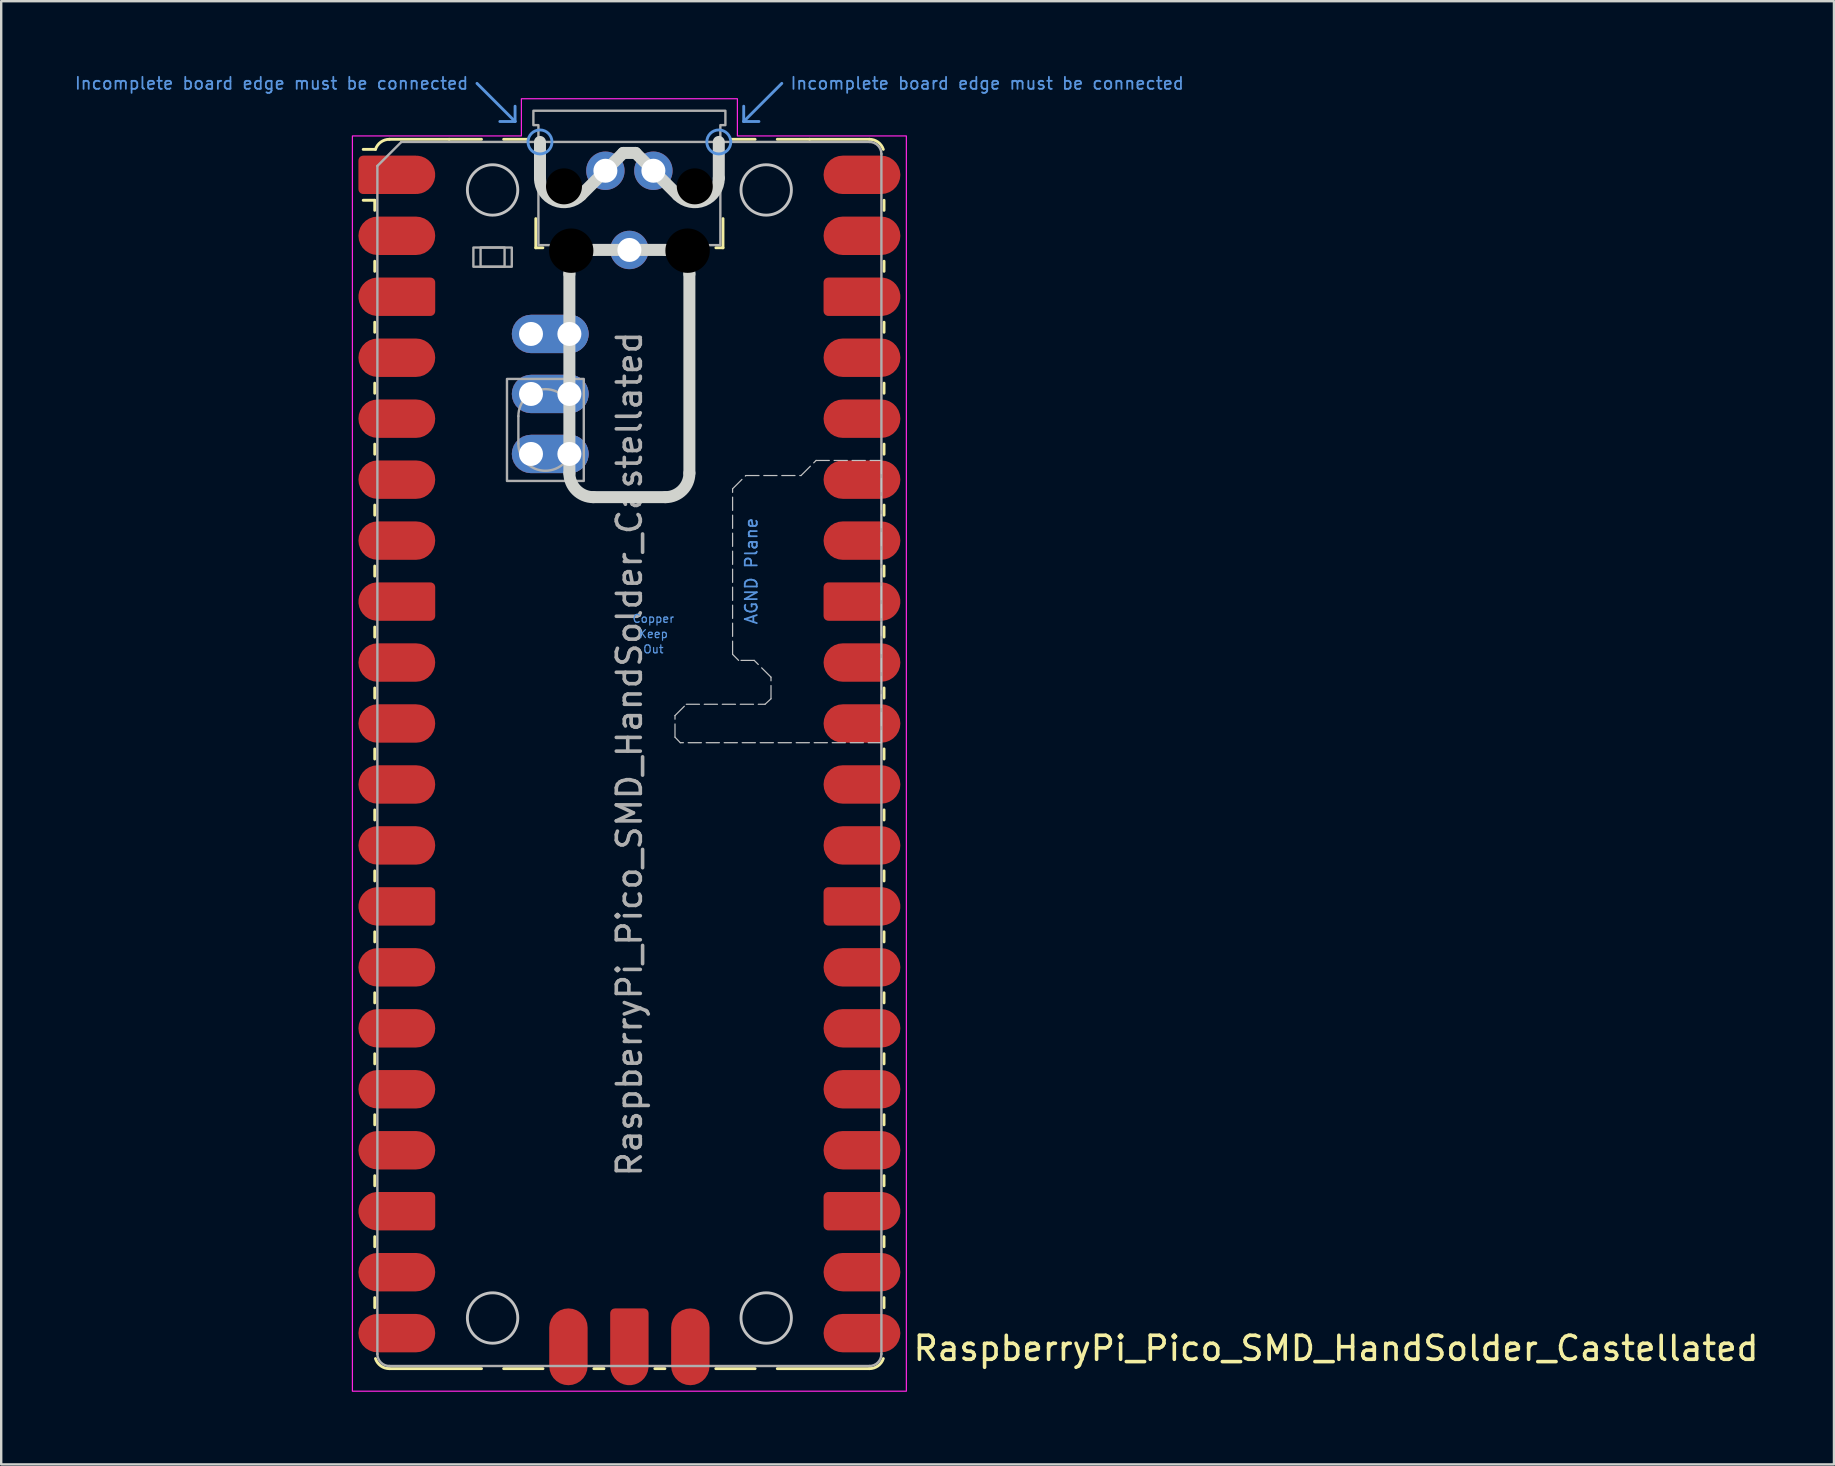
<source format=kicad_pcb>
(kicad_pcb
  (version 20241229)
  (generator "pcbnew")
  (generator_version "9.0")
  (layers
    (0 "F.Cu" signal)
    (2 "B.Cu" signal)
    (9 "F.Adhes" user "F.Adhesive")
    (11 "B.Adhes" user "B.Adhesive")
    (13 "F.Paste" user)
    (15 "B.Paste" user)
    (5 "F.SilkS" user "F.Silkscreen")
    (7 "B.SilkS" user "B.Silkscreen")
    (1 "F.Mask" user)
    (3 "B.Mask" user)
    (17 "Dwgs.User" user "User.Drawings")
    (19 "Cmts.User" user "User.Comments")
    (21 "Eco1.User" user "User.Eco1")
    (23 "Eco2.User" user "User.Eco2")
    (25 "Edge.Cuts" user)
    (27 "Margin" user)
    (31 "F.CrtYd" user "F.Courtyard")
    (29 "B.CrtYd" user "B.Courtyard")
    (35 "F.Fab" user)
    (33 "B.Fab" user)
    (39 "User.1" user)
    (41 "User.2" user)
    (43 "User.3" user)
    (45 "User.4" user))
  (footprint "RaspberryPi_Pico_SMD_HandSolder_Castellated"
    (layer "F.Cu")
    (at 23.173 28.364)
    (property "Reference" "RaspberryPi_Pico_SMD_HandSolder_Castellated" (at 11.748 24.765 0) (unlocked yes) (layer "F.SilkS") (effects (font (size 1 1) (thickness 0.15)) (justify left)))
    (attr smd)
    (fp_line (start -10.61 -23.07) (end -11.09 -23.07) (stroke (width 0.12) (type solid)) (layer "F.SilkS"))
    (fp_line (start -10.61 -23.07) (end -10.61 -22.65) (stroke (width 0.12) (type solid)) (layer "F.SilkS"))
    (fp_line (start -10.61 -20.53) (end -10.61 -20.11) (stroke (width 0.12) (type solid)) (layer "F.SilkS"))
    (fp_line (start -10.61 -17.99) (end -10.61 -17.57) (stroke (width 0.12) (type solid)) (layer "F.SilkS"))
    (fp_line (start -10.61 -15.45) (end -10.61 -15.03) (stroke (width 0.12) (type solid)) (layer "F.SilkS"))
    (fp_line (start -10.61 -12.91) (end -10.61 -12.49) (stroke (width 0.12) (type solid)) (layer "F.SilkS"))
    (fp_line (start -10.61 -10.37) (end -10.61 -9.95) (stroke (width 0.12) (type solid)) (layer "F.SilkS"))
    (fp_line (start -10.61 -7.83) (end -10.61 -7.41) (stroke (width 0.12) (type solid)) (layer "F.SilkS"))
    (fp_line (start -10.61 -5.29) (end -10.61 -4.87) (stroke (width 0.12) (type solid)) (layer "F.SilkS"))
    (fp_line (start -10.61 -2.75) (end -10.61 -2.33) (stroke (width 0.12) (type solid)) (layer "F.SilkS"))
    (fp_line (start -10.61 -0.21) (end -10.61 0.21) (stroke (width 0.12) (type solid)) (layer "F.SilkS"))
    (fp_line (start -10.61 2.33) (end -10.61 2.75) (stroke (width 0.12) (type solid)) (layer "F.SilkS"))
    (fp_line (start -10.61 4.87) (end -10.61 5.29) (stroke (width 0.12) (type solid)) (layer "F.SilkS"))
    (fp_line (start -10.61 7.41) (end -10.61 7.83) (stroke (width 0.12) (type solid)) (layer "F.SilkS"))
    (fp_line (start -10.61 9.95) (end -10.61 10.37) (stroke (width 0.12) (type solid)) (layer "F.SilkS"))
    (fp_line (start -10.61 12.49) (end -10.61 12.91) (stroke (width 0.12) (type solid)) (layer "F.SilkS"))
    (fp_line (start -10.61 15.03) (end -10.61 15.45) (stroke (width 0.12) (type solid)) (layer "F.SilkS"))
    (fp_line (start -10.61 17.57) (end -10.61 17.99) (stroke (width 0.12) (type solid)) (layer "F.SilkS"))
    (fp_line (start -10.61 20.11) (end -10.61 20.53) (stroke (width 0.12) (type solid)) (layer "F.SilkS"))
    (fp_line (start -10.61 22.65) (end -10.61 23.07) (stroke (width 0.12) (type solid)) (layer "F.SilkS"))
    (fp_line (start -10.58 -25.19) (end -11.09 -25.19) (stroke (width 0.12) (type solid)) (layer "F.SilkS"))
    (fp_line (start -10 -25.61) (end -7.51 -25.61) (stroke (width 0.12) (type solid)) (layer "F.SilkS"))
    (fp_line (start -10 25.61) (end -6.162 25.61) (stroke (width 0.12) (type solid)) (layer "F.SilkS"))
    (fp_line (start -7.51 -25.61) (end -6.162 -25.61) (stroke (width 0.12) (type solid)) (layer "F.SilkS"))
    (fp_line (start -5.238 -25.61) (end -4.235 -25.61) (stroke (width 0.12) (type solid)) (layer "F.SilkS"))
    (fp_line (start -3.9 -22.306) (end -3.9 -21.09) (stroke (width 0.12) (type solid)) (layer "F.SilkS"))
    (fp_line (start -3.9 -21.09) (end -3.604 -21.09) (stroke (width 0.12) (type solid)) (layer "F.SilkS"))
    (fp_line (start -3.6 25.61) (end -5.238 25.61) (stroke (width 0.12) (type solid)) (layer "F.SilkS"))
    (fp_line (start -1.48 25.61) (end -1.06 25.61) (stroke (width 0.12) (type solid)) (layer "F.SilkS"))
    (fp_line (start 1.06 25.61) (end 1.48 25.61) (stroke (width 0.12) (type solid)) (layer "F.SilkS"))
    (fp_line (start 3.604 -21.09) (end 3.9 -21.09) (stroke (width 0.12) (type solid)) (layer "F.SilkS"))
    (fp_line (start 3.9 -22.306) (end 3.9 -21.09) (stroke (width 0.12) (type solid)) (layer "F.SilkS"))
    (fp_line (start 4.235 -25.61) (end 5.238 -25.61) (stroke (width 0.12) (type solid)) (layer "F.SilkS"))
    (fp_line (start 5.238 25.61) (end 3.6 25.61) (stroke (width 0.12) (type solid)) (layer "F.SilkS"))
    (fp_line (start 6.162 -25.61) (end 7.51 -25.61) (stroke (width 0.12) (type solid)) (layer "F.SilkS"))
    (fp_line (start 6.162 25.61) (end 10 25.61) (stroke (width 0.12) (type solid)) (layer "F.SilkS"))
    (fp_line (start 10 -25.61) (end 7.51 -25.61) (stroke (width 0.12) (type solid)) (layer "F.SilkS"))
    (fp_line (start 10.61 -23.07) (end 10.61 -22.65) (stroke (width 0.12) (type solid)) (layer "F.SilkS"))
    (fp_line (start 10.61 -20.53) (end 10.61 -20.11) (stroke (width 0.12) (type solid)) (layer "F.SilkS"))
    (fp_line (start 10.61 -17.99) (end 10.61 -17.57) (stroke (width 0.12) (type solid)) (layer "F.SilkS"))
    (fp_line (start 10.61 -15.45) (end 10.61 -15.03) (stroke (width 0.12) (type solid)) (layer "F.SilkS"))
    (fp_line (start 10.61 -12.91) (end 10.61 -12.49) (stroke (width 0.12) (type solid)) (layer "F.SilkS"))
    (fp_line (start 10.61 -10.37) (end 10.61 -9.95) (stroke (width 0.12) (type solid)) (layer "F.SilkS"))
    (fp_line (start 10.61 -7.83) (end 10.61 -7.41) (stroke (width 0.12) (type solid)) (layer "F.SilkS"))
    (fp_line (start 10.61 -5.29) (end 10.61 -4.87) (stroke (width 0.12) (type solid)) (layer "F.SilkS"))
    (fp_line (start 10.61 -2.75) (end 10.61 -2.33) (stroke (width 0.12) (type solid)) (layer "F.SilkS"))
    (fp_line (start 10.61 -0.21) (end 10.61 0.21) (stroke (width 0.12) (type solid)) (layer "F.SilkS"))
    (fp_line (start 10.61 2.33) (end 10.61 2.75) (stroke (width 0.12) (type solid)) (layer "F.SilkS"))
    (fp_line (start 10.61 4.87) (end 10.61 5.29) (stroke (width 0.12) (type solid)) (layer "F.SilkS"))
    (fp_line (start 10.61 7.41) (end 10.61 7.83) (stroke (width 0.12) (type solid)) (layer "F.SilkS"))
    (fp_line (start 10.61 9.95) (end 10.61 10.37) (stroke (width 0.12) (type solid)) (layer "F.SilkS"))
    (fp_line (start 10.61 12.49) (end 10.61 12.91) (stroke (width 0.12) (type solid)) (layer "F.SilkS"))
    (fp_line (start 10.61 15.03) (end 10.61 15.45) (stroke (width 0.12) (type solid)) (layer "F.SilkS"))
    (fp_line (start 10.61 17.57) (end 10.61 17.99) (stroke (width 0.12) (type solid)) (layer "F.SilkS"))
    (fp_line (start 10.61 20.11) (end 10.61 20.53) (stroke (width 0.12) (type solid)) (layer "F.SilkS"))
    (fp_line (start 10.61 22.65) (end 10.61 23.07) (stroke (width 0.12) (type solid)) (layer "F.SilkS"))
    (fp_arc (start -10.579676 -25.19) (mid -10.357938 -25.493944) (end -10 -25.61) (stroke (width 0.12) (type solid)) (layer "F.SilkS"))
    (fp_arc (start -10 25.61) (mid -10.357937 25.493944) (end -10.579676 25.189937) (stroke (width 0.12) (type solid)) (layer "F.SilkS"))
    (fp_arc (start 10 -25.61) (mid 10.357937 -25.493944) (end 10.579676 -25.189937) (stroke (width 0.12) (type solid)) (layer "F.SilkS"))
    (fp_arc (start 10.579676 25.189937) (mid 10.357958 25.493991) (end 10 25.61) (stroke (width 0.12) (type solid)) (layer "F.SilkS"))
    (fp_circle (center -5.7 -23.5) (end -4.65 -23.5) (stroke (width 0.12) (type solid)) (fill no) (layer "Dwgs.User"))
    (fp_circle (center -5.7 23.5) (end -4.65 23.5) (stroke (width 0.12) (type solid)) (fill no) (layer "Dwgs.User"))
    (fp_circle (center 5.7 -23.5) (end 6.75 -23.5) (stroke (width 0.12) (type solid)) (fill no) (layer "Dwgs.User"))
    (fp_circle (center 5.7 23.5) (end 6.75 23.5) (stroke (width 0.12) (type solid)) (fill no) (layer "Dwgs.User"))
    (fp_poly (pts (xy 10.5 -0.47) (xy 2.12 -0.47) (xy 1.9 -0.7) (xy 1.9 -1.6) (xy 2.37 -2.07) (xy 5.65 -2.07) (xy 5.9 -2.3) (xy 5.9 -3.2) (xy 5.2 -3.9) (xy 4.55 -3.9) (xy 4.3 -4.15) (xy 4.3 -11.05) (xy 4.85 -11.6) (xy 7.15 -11.6) (xy 7.78 -12.23) (xy 10.5 -12.23)) (stroke (width 0.05) (type dash)) (fill no) (layer "Dwgs.User"))
    (fp_line (start -6.35 -27.94) (end -4.763 -26.352) (stroke (width 0.12) (type solid)) (layer "Cmts.User"))
    (fp_line (start -4.763 -26.352) (end -5.397 -26.352) (stroke (width 0.12) (type solid)) (layer "Cmts.User"))
    (fp_line (start -4.763 -26.352) (end -4.763 -26.988) (stroke (width 0.12) (type solid)) (layer "Cmts.User"))
    (fp_line (start 4.763 -26.352) (end 4.763 -26.988) (stroke (width 0.12) (type solid)) (layer "Cmts.User"))
    (fp_line (start 4.763 -26.352) (end 5.397 -26.352) (stroke (width 0.12) (type solid)) (layer "Cmts.User"))
    (fp_line (start 6.35 -27.94) (end 4.763 -26.352) (stroke (width 0.12) (type solid)) (layer "Cmts.User"))
    (fp_circle (center -3.725 -25.5) (end -3.225 -25.5) (stroke (width 0.12) (type solid)) (fill no) (layer "Cmts.User"))
    (fp_circle (center 3.725 -25.5) (end 3.225 -25.5) (stroke (width 0.12) (type solid)) (fill no) (layer "Cmts.User"))
    (fp_line (start -3.725 -23.989) (end -3.725 -25.5) (stroke (width 0.5) (type solid)) (layer "Edge.Cuts"))
    (fp_line (start -2.5 -20) (end -2.5 -11.7) (stroke (width 0.5) (type solid)) (layer "Edge.Cuts"))
    (fp_line (start -2.018 -23.282) (end -0.258 -25.042) (stroke (width 0.5) (type solid)) (layer "Edge.Cuts"))
    (fp_line (start 0.258 -25.042) (end -0.258 -25.042) (stroke (width 0.5) (type solid)) (layer "Edge.Cuts"))
    (fp_line (start 1.5 -21) (end -1.5 -21) (stroke (width 0.5) (type solid)) (layer "Edge.Cuts"))
    (fp_line (start 1.5 -10.7) (end -1.5 -10.7) (stroke (width 0.5) (type solid)) (layer "Edge.Cuts"))
    (fp_line (start 2.018 -23.282) (end 0.258 -25.042) (stroke (width 0.5) (type solid)) (layer "Edge.Cuts"))
    (fp_line (start 2.5 -11.7) (end 2.5 -20) (stroke (width 0.5) (type solid)) (layer "Edge.Cuts"))
    (fp_line (start 3.725 -23.989) (end 3.725 -25.5) (stroke (width 0.5) (type solid)) (layer "Edge.Cuts"))
    (fp_arc (start -2.5 -20) (mid -2.207118 -20.707118) (end -1.5 -21) (stroke (width 0.5) (type solid)) (layer "Edge.Cuts"))
    (fp_arc (start -2.017893 -23.282106) (mid -3.107711 -23.065266) (end -3.725 -23.989213) (stroke (width 0.5) (type solid)) (layer "Edge.Cuts"))
    (fp_arc (start -1.5 -10.7) (mid -2.20711 -10.99289) (end -2.5 -11.7) (stroke (width 0.5) (type solid)) (layer "Edge.Cuts"))
    (fp_arc (start 1.5 -21) (mid 2.207107 -20.707107) (end 2.5 -20) (stroke (width 0.5) (type solid)) (layer "Edge.Cuts"))
    (fp_arc (start 2.5 -11.7) (mid 2.207095 -10.992905) (end 1.5 -10.7) (stroke (width 0.5) (type solid)) (layer "Edge.Cuts"))
    (fp_arc (start 3.725 -23.989213) (mid 3.107698 -23.06529) (end 2.017893 -23.282106) (stroke (width 0.5) (type solid)) (layer "Edge.Cuts"))
    (fp_poly (pts (xy -4.5 -27.3) (xy 4.5 -27.3) (xy 4.5 -25.75) (xy 11.54 -25.75) (xy 11.54 26.55) (xy -11.54 26.55) (xy -11.54 -25.75) (xy -4.5 -25.75)) (stroke (width 0.05) (type solid)) (fill no) (layer "F.CrtYd"))
    (fp_line (start -10.5 -24.5) (end -9.5 -25.5) (stroke (width 0.1) (type solid)) (layer "F.Fab"))
    (fp_line (start -10.5 25) (end -10.5 -24.5) (stroke (width 0.1) (type solid)) (layer "F.Fab"))
    (fp_line (start -9.5 -25.5) (end 10 -25.5) (stroke (width 0.1) (type solid)) (layer "F.Fab"))
    (fp_line (start -4.625 -14.075) (end -4.625 -12.925) (stroke (width 0.1) (type solid)) (layer "F.Fab"))
    (fp_line (start -2.375 -14.075) (end -2.375 -12.925) (stroke (width 0.1) (type solid)) (layer "F.Fab"))
    (fp_line (start 10 25.5) (end -10 25.5) (stroke (width 0.1) (type solid)) (layer "F.Fab"))
    (fp_line (start 10.5 -25) (end 10.5 25) (stroke (width 0.1) (type solid)) (layer "F.Fab"))
    (fp_rect (start -6.5 -21.1) (end -4.9 -20.3) (stroke (width 0.1) (type solid)) (fill no) (layer "F.Fab"))
    (fp_rect (start -6.2 -21.1) (end -5.2 -20.3) (stroke (width 0.1) (type solid)) (fill no) (layer "F.Fab"))
    (fp_rect (start -5.1 -15.625) (end -1.9 -11.375) (stroke (width 0.1) (type solid)) (fill no) (layer "F.Fab"))
    (fp_arc (start -10 25.5) (mid -10.353553 25.353553) (end -10.5 25) (stroke (width 0.1) (type solid)) (layer "F.Fab"))
    (fp_arc (start -4.625 -14.075) (mid -3.5 -15.2) (end -2.375 -14.075) (stroke (width 0.1) (type solid)) (layer "F.Fab"))
    (fp_arc (start -2.375 -12.925) (mid -3.5 -11.8) (end -4.625 -12.925) (stroke (width 0.1) (type solid)) (layer "F.Fab"))
    (fp_arc (start 10 -25.5) (mid 10.353553 -25.353553) (end 10.5 -25) (stroke (width 0.1) (type solid)) (layer "F.Fab"))
    (fp_arc (start 10.5 25) (mid 10.353553 25.353553) (end 10 25.5) (stroke (width 0.1) (type solid)) (layer "F.Fab"))
    (fp_poly (pts (xy 3.79 -21.2) (xy 3.79 -26.2) (xy 4 -26.2) (xy 4 -26.8) (xy -4 -26.8) (xy -4 -26.2) (xy -3.79 -26.2) (xy -3.79 -21.2)) (stroke (width 0.1) (type solid)) (fill no) (layer "F.Fab"))
    (fp_text user "Incomplete board edge must be connected" (at 6.668 -27.94 0) (unlocked yes) (layer "Cmts.User") (effects (font (size 0.5 0.5) (thickness 0.075)) (justify left)))
    (fp_text user "AGND Plane" (at 5.08 -7.62 90) (unlocked yes) (layer "Cmts.User") (effects (font (size 0.5 0.5) (thickness 0.075))))
    (fp_text user "Copper" (at 1 -5.635 0) (unlocked yes) (layer "Cmts.User") (effects (font (size 0.333 0.333) (thickness 0.05))))
    (fp_text user "Incomplete board edge must be connected" (at -6.668 -27.94 0) (unlocked yes) (layer "Cmts.User") (effects (font (size 0.5 0.5) (thickness 0.075)) (justify right)))
    (fp_text user "Keep" (at 1 -5 0) (unlocked yes) (layer "Cmts.User") (effects (font (size 0.333 0.333) (thickness 0.05))))
    (fp_text user "Out" (at 1 -4.365 0) (unlocked yes) (layer "Cmts.User") (effects (font (size 0.333 0.333) (thickness 0.05))))
    (fp_text user "${REFERENCE}" (at 0 0 90) (layer "F.Fab") (effects (font (size 1 1) (thickness 0.15))))
    (pad "" smd rect (at -8.89 -24.13) (size 3.8 2.2) (drill (offset -0.8 0)) (layers "F.Paste"))
    (pad "" smd rect (at -8.89 -21.59) (size 3.8 2.2) (drill (offset -0.8 0)) (layers "F.Paste"))
    (pad "" smd rect (at -8.89 -19.05) (size 3.8 2.2) (drill (offset -0.8 0)) (layers "F.Paste"))
    (pad "" smd rect (at -8.89 -16.51) (size 3.8 2.2) (drill (offset -0.8 0)) (layers "F.Paste"))
    (pad "" smd rect (at -8.89 -13.97) (size 3.8 2.2) (drill (offset -0.8 0)) (layers "F.Paste"))
    (pad "" smd rect (at -8.89 -11.43) (size 3.8 2.2) (drill (offset -0.8 0)) (layers "F.Paste"))
    (pad "" smd rect (at -8.89 -8.89) (size 3.8 2.2) (drill (offset -0.8 0)) (layers "F.Paste"))
    (pad "" smd rect (at -8.89 -6.35) (size 3.8 2.2) (drill (offset -0.8 0)) (layers "F.Paste"))
    (pad "" smd rect (at -8.89 -3.81) (size 3.8 2.2) (drill (offset -0.8 0)) (layers "F.Paste"))
    (pad "" smd rect (at -8.89 -1.27) (size 3.8 2.2) (drill (offset -0.8 0)) (layers "F.Paste"))
    (pad "" smd rect (at -8.89 1.27) (size 3.8 2.2) (drill (offset -0.8 0)) (layers "F.Paste"))
    (pad "" smd rect (at -8.89 3.81) (size 3.8 2.2) (drill (offset -0.8 0)) (layers "F.Paste"))
    (pad "" smd rect (at -8.89 6.35) (size 3.8 2.2) (drill (offset -0.8 0)) (layers "F.Paste"))
    (pad "" smd rect (at -8.89 8.89) (size 3.8 2.2) (drill (offset -0.8 0)) (layers "F.Paste"))
    (pad "" smd rect (at -8.89 11.43) (size 3.8 2.2) (drill (offset -0.8 0)) (layers "F.Paste"))
    (pad "" smd rect (at -8.89 13.97) (size 3.8 2.2) (drill (offset -0.8 0)) (layers "F.Paste"))
    (pad "" smd rect (at -8.89 16.51) (size 3.8 2.2) (drill (offset -0.8 0)) (layers "F.Paste"))
    (pad "" smd rect (at -8.89 19.05) (size 3.8 2.2) (drill (offset -0.8 0)) (layers "F.Paste"))
    (pad "" smd rect (at -8.89 21.59) (size 3.8 2.2) (drill (offset -0.8 0)) (layers "F.Paste"))
    (pad "" smd rect (at -8.89 24.13) (size 3.8 2.2) (drill (offset -0.8 0)) (layers "F.Paste"))
    (pad "" np_thru_hole circle (at -2.725 -23.65) (size 1.5 1.5) (drill 1.5) (layers "*.Mask"))
    (pad "" smd rect (at -2.54 23.9) (size 2.2 3.8) (drill (offset 0 0.8)) (layers "F.Paste"))
    (pad "" np_thru_hole circle (at -2.425 -20.97) (size 1.85 1.85) (drill 1.85) (layers "*.Mask"))
    (pad "" smd rect (at 0 23.9) (size 2.2 3.8) (drill (offset 0 0.8)) (layers "F.Paste"))
    (pad "" np_thru_hole circle (at 2.425 -20.97) (size 1.85 1.85) (drill 1.85) (layers "*.Mask"))
    (pad "" smd rect (at 2.54 23.9) (size 2.2 3.8) (drill (offset 0 0.8)) (layers "F.Paste"))
    (pad "" np_thru_hole circle (at 2.725 -23.65) (size 1.5 1.5) (drill 1.5) (layers "*.Mask"))
    (pad "" smd rect (at 8.89 -24.13) (size 3.8 2.2) (drill (offset 0.8 0)) (layers "F.Paste"))
    (pad "" smd rect (at 8.89 -21.59) (size 3.8 2.2) (drill (offset 0.8 0)) (layers "F.Paste"))
    (pad "" smd rect (at 8.89 -19.05) (size 3.8 2.2) (drill (offset 0.8 0)) (layers "F.Paste"))
    (pad "" smd rect (at 8.89 -16.51) (size 3.8 2.2) (drill (offset 0.8 0)) (layers "F.Paste"))
    (pad "" smd rect (at 8.89 -13.97) (size 3.8 2.2) (drill (offset 0.8 0)) (layers "F.Paste"))
    (pad "" smd rect (at 8.89 -11.43) (size 3.8 2.2) (drill (offset 0.8 0)) (layers "F.Paste"))
    (pad "" smd rect (at 8.89 -8.89) (size 3.8 2.2) (drill (offset 0.8 0)) (layers "F.Paste"))
    (pad "" smd rect (at 8.89 -6.35) (size 3.8 2.2) (drill (offset 0.8 0)) (layers "F.Paste"))
    (pad "" smd rect (at 8.89 -3.81) (size 3.8 2.2) (drill (offset 0.8 0)) (layers "F.Paste"))
    (pad "" smd rect (at 8.89 -1.27) (size 3.8 2.2) (drill (offset 0.8 0)) (layers "F.Paste"))
    (pad "" smd rect (at 8.89 1.27) (size 3.8 2.2) (drill (offset 0.8 0)) (layers "F.Paste"))
    (pad "" smd rect (at 8.89 3.81) (size 3.8 2.2) (drill (offset 0.8 0)) (layers "F.Paste"))
    (pad "" smd rect (at 8.89 6.35) (size 3.8 2.2) (drill (offset 0.8 0)) (layers "F.Paste"))
    (pad "" smd rect (at 8.89 8.89) (size 3.8 2.2) (drill (offset 0.8 0)) (layers "F.Paste"))
    (pad "" smd rect (at 8.89 11.43) (size 3.8 2.2) (drill (offset 0.8 0)) (layers "F.Paste"))
    (pad "" smd rect (at 8.89 13.97) (size 3.8 2.2) (drill (offset 0.8 0)) (layers "F.Paste"))
    (pad "" smd rect (at 8.89 16.51) (size 3.8 2.2) (drill (offset 0.8 0)) (layers "F.Paste"))
    (pad "" smd rect (at 8.89 19.05) (size 3.8 2.2) (drill (offset 0.8 0)) (layers "F.Paste"))
    (pad "" smd rect (at 8.89 21.59) (size 3.8 2.2) (drill (offset 0.8 0)) (layers "F.Paste"))
    (pad "" smd rect (at 8.89 24.13) (size 3.8 2.2) (drill (offset 0.8 0)) (layers "F.Paste"))
    (pad "1" smd custom (at -9.69 -24.13) (size 1.6 0.8) (layers "F.Cu" "F.Mask") (options (anchor rect)) (primitives (gr_circle (center 0.8 0) (end 1.6 0) (width 0) (fill yes)) (gr_poly (pts (xy -1.6 -0.6) (xy -1.6 0.6) (xy -1.4 0.8) (xy 0.8 0.8) (xy 0.8 -0.8) (xy -1.4 -0.8)) (width 0) (fill yes)) (gr_circle (center -1.4 -0.6) (end -1.2 -0.6) (width 0) (fill yes)) (gr_circle (center -1.4 0.6) (end -1.2 0.6) (width 0) (fill yes))))
    (pad "2" smd roundrect (at -9.69 -21.59) (size 3.2 1.6) (layers "F.Cu" "F.Mask") (roundrect_rratio 0.5))
    (pad "3" smd custom (at -9.69 -19.05) (size 1.6 0.8) (layers "F.Cu" "F.Mask") (options (anchor rect)) (primitives (gr_circle (center -0.8 0) (end 0 0) (width 0) (fill yes)) (gr_poly (pts (xy 1.6 -0.6) (xy 1.6 0.6) (xy 1.4 0.8) (xy -0.8 0.8) (xy -0.8 -0.8) (xy 1.4 -0.8)) (width 0) (fill yes)) (gr_circle (center 1.4 -0.6) (end 1.6 -0.6) (width 0) (fill yes)) (gr_circle (center 1.4 0.6) (end 1.6 0.6) (width 0) (fill yes))))
    (pad "4" smd roundrect (at -9.69 -16.51) (size 3.2 1.6) (layers "F.Cu" "F.Mask") (roundrect_rratio 0.5))
    (pad "5" smd roundrect (at -9.69 -13.97) (size 3.2 1.6) (layers "F.Cu" "F.Mask") (roundrect_rratio 0.5))
    (pad "6" smd roundrect (at -9.69 -11.43) (size 3.2 1.6) (layers "F.Cu" "F.Mask") (roundrect_rratio 0.5))
    (pad "7" smd roundrect (at -9.69 -8.89) (size 3.2 1.6) (layers "F.Cu" "F.Mask") (roundrect_rratio 0.5))
    (pad "8" smd custom (at -9.69 -6.35) (size 1.6 0.8) (layers "F.Cu" "F.Mask") (options (anchor rect)) (primitives (gr_circle (center -0.8 0) (end 0 0) (width 0) (fill yes)) (gr_poly (pts (xy 1.6 -0.6) (xy 1.6 0.6) (xy 1.4 0.8) (xy -0.8 0.8) (xy -0.8 -0.8) (xy 1.4 -0.8)) (width 0) (fill yes)) (gr_circle (center 1.4 -0.6) (end 1.6 -0.6) (width 0) (fill yes)) (gr_circle (center 1.4 0.6) (end 1.6 0.6) (width 0) (fill yes))))
    (pad "9" smd roundrect (at -9.69 -3.81) (size 3.2 1.6) (layers "F.Cu" "F.Mask") (roundrect_rratio 0.5))
    (pad "10" smd roundrect (at -9.69 -1.27) (size 3.2 1.6) (layers "F.Cu" "F.Mask") (roundrect_rratio 0.5))
    (pad "11" smd roundrect (at -9.69 1.27) (size 3.2 1.6) (layers "F.Cu" "F.Mask") (roundrect_rratio 0.5))
    (pad "12" smd roundrect (at -9.69 3.81) (size 3.2 1.6) (layers "F.Cu" "F.Mask") (roundrect_rratio 0.5))
    (pad "13" smd custom (at -9.69 6.35) (size 1.6 0.8) (layers "F.Cu" "F.Mask") (options (anchor rect)) (primitives (gr_circle (center -0.8 0) (end 0 0) (width 0) (fill yes)) (gr_poly (pts (xy 1.6 -0.6) (xy 1.6 0.6) (xy 1.4 0.8) (xy -0.8 0.8) (xy -0.8 -0.8) (xy 1.4 -0.8)) (width 0) (fill yes)) (gr_circle (center 1.4 -0.6) (end 1.6 -0.6) (width 0) (fill yes)) (gr_circle (center 1.4 0.6) (end 1.6 0.6) (width 0) (fill yes))))
    (pad "14" smd roundrect (at -9.69 8.89) (size 3.2 1.6) (layers "F.Cu" "F.Mask") (roundrect_rratio 0.5))
    (pad "15" smd roundrect (at -9.69 11.43) (size 3.2 1.6) (layers "F.Cu" "F.Mask") (roundrect_rratio 0.5))
    (pad "16" smd roundrect (at -9.69 13.97) (size 3.2 1.6) (layers "F.Cu" "F.Mask") (roundrect_rratio 0.5))
    (pad "17" smd roundrect (at -9.69 16.51) (size 3.2 1.6) (layers "F.Cu" "F.Mask") (roundrect_rratio 0.5))
    (pad "18" smd custom (at -9.69 19.05) (size 1.6 0.8) (layers "F.Cu" "F.Mask") (options (anchor rect)) (primitives (gr_circle (center -0.8 0) (end 0 0) (width 0) (fill yes)) (gr_poly (pts (xy 1.6 -0.6) (xy 1.6 0.6) (xy 1.4 0.8) (xy -0.8 0.8) (xy -0.8 -0.8) (xy 1.4 -0.8)) (width 0) (fill yes)) (gr_circle (center 1.4 -0.6) (end 1.6 -0.6) (width 0) (fill yes)) (gr_circle (center 1.4 0.6) (end 1.6 0.6) (width 0) (fill yes))))
    (pad "19" smd roundrect (at -9.69 21.59) (size 3.2 1.6) (layers "F.Cu" "F.Mask") (roundrect_rratio 0.5))
    (pad "20" smd roundrect (at -9.69 24.13) (size 3.2 1.6) (layers "F.Cu" "F.Mask") (roundrect_rratio 0.5))
    (pad "21" smd roundrect (at 9.69 24.13) (size 3.2 1.6) (layers "F.Cu" "F.Mask") (roundrect_rratio 0.5))
    (pad "22" smd roundrect (at 9.69 21.59) (size 3.2 1.6) (layers "F.Cu" "F.Mask") (roundrect_rratio 0.5))
    (pad "23" smd custom (at 9.69 19.05) (size 1.6 0.8) (layers "F.Cu" "F.Mask") (options (anchor rect)) (primitives (gr_circle (center 0.8 0) (end 1.6 0) (width 0) (fill yes)) (gr_poly (pts (xy -1.6 -0.6) (xy -1.6 0.6) (xy -1.4 0.8) (xy 0.8 0.8) (xy 0.8 -0.8) (xy -1.4 -0.8)) (width 0) (fill yes)) (gr_circle (center -1.4 -0.6) (end -1.2 -0.6) (width 0) (fill yes)) (gr_circle (center -1.4 0.6) (end -1.2 0.6) (width 0) (fill yes))))
    (pad "24" smd roundrect (at 9.69 16.51) (size 3.2 1.6) (layers "F.Cu" "F.Mask") (roundrect_rratio 0.5))
    (pad "25" smd roundrect (at 9.69 13.97) (size 3.2 1.6) (layers "F.Cu" "F.Mask") (roundrect_rratio 0.5))
    (pad "26" smd roundrect (at 9.69 11.43) (size 3.2 1.6) (layers "F.Cu" "F.Mask") (roundrect_rratio 0.5))
    (pad "27" smd roundrect (at 9.69 8.89) (size 3.2 1.6) (layers "F.Cu" "F.Mask") (roundrect_rratio 0.5))
    (pad "28" smd custom (at 9.69 6.35) (size 1.6 0.8) (layers "F.Cu" "F.Mask") (options (anchor rect)) (primitives (gr_circle (center 0.8 0) (end 1.6 0) (width 0) (fill yes)) (gr_poly (pts (xy -1.6 -0.6) (xy -1.6 0.6) (xy -1.4 0.8) (xy 0.8 0.8) (xy 0.8 -0.8) (xy -1.4 -0.8)) (width 0) (fill yes)) (gr_circle (center -1.4 -0.6) (end -1.2 -0.6) (width 0) (fill yes)) (gr_circle (center -1.4 0.6) (end -1.2 0.6) (width 0) (fill yes))))
    (pad "29" smd roundrect (at 9.69 3.81) (size 3.2 1.6) (layers "F.Cu" "F.Mask") (roundrect_rratio 0.5))
    (pad "30" smd roundrect (at 9.69 1.27) (size 3.2 1.6) (layers "F.Cu" "F.Mask") (roundrect_rratio 0.5))
    (pad "31" smd roundrect (at 9.69 -1.27) (size 3.2 1.6) (layers "F.Cu" "F.Mask") (roundrect_rratio 0.5))
    (pad "32" smd roundrect (at 9.69 -3.81) (size 3.2 1.6) (layers "F.Cu" "F.Mask") (roundrect_rratio 0.5))
    (pad "33" smd custom (at 9.69 -6.35) (size 1.6 0.8) (layers "F.Cu" "F.Mask") (options (anchor rect)) (primitives (gr_circle (center 0.8 0) (end 1.6 0) (width 0) (fill yes)) (gr_poly (pts (xy -1.6 -0.6) (xy -1.6 0.6) (xy -1.4 0.8) (xy 0.8 0.8) (xy 0.8 -0.8) (xy -1.4 -0.8)) (width 0) (fill yes)) (gr_circle (center -1.4 -0.6) (end -1.2 -0.6) (width 0) (fill yes)) (gr_circle (center -1.4 0.6) (end -1.2 0.6) (width 0) (fill yes))))
    (pad "34" smd roundrect (at 9.69 -8.89) (size 3.2 1.6) (layers "F.Cu" "F.Mask") (roundrect_rratio 0.5))
    (pad "35" smd roundrect (at 9.69 -11.43) (size 3.2 1.6) (layers "F.Cu" "F.Mask") (roundrect_rratio 0.5))
    (pad "36" smd roundrect (at 9.69 -13.97) (size 3.2 1.6) (layers "F.Cu" "F.Mask") (roundrect_rratio 0.5))
    (pad "37" smd roundrect (at 9.69 -16.51) (size 3.2 1.6) (layers "F.Cu" "F.Mask") (roundrect_rratio 0.5))
    (pad "38" smd custom (at 9.69 -19.05) (size 1.6 0.8) (layers "F.Cu" "F.Mask") (options (anchor rect)) (primitives (gr_circle (center 0.8 0) (end 1.6 0) (width 0) (fill yes)) (gr_poly (pts (xy -1.6 -0.6) (xy -1.6 0.6) (xy -1.4 0.8) (xy 0.8 0.8) (xy 0.8 -0.8) (xy -1.4 -0.8)) (width 0) (fill yes)) (gr_circle (center -1.4 -0.6) (end -1.2 -0.6) (width 0) (fill yes)) (gr_circle (center -1.4 0.6) (end -1.2 0.6) (width 0) (fill yes))))
    (pad "39" smd roundrect (at 9.69 -21.59) (size 3.2 1.6) (layers "F.Cu" "F.Mask") (roundrect_rratio 0.5))
    (pad "40" smd roundrect (at 9.69 -24.13) (size 3.2 1.6) (layers "F.Cu" "F.Mask") (roundrect_rratio 0.5))
    (pad "D1" smd roundrect (at -2.54 23.9 90) (size 3.2 1.6) (drill (offset -0.8 0)) (layers "F.Cu" "F.Mask") (roundrect_rratio 0.5))
    (pad "D2" smd custom (at 0 23.9 270) (size 1.6 1.6) (layers "F.Cu" "F.Mask") (options (anchor circle)) (primitives (gr_poly (pts (xy -0.8 -0.6) (xy -0.8 0.6) (xy -0.6 0.8) (xy 1.6 0.8) (xy 1.6 -0.8) (xy -0.6 -0.8)) (width 0) (fill yes)) (gr_circle (center -0.6 0.6) (end -0.4 0.6) (width 0) (fill yes)) (gr_circle (center -0.6 -0.6) (end -0.4 -0.6) (width 0) (fill yes)) (gr_circle (center 1.6 0) (end 2.4 0) (width 0) (fill yes))))
    (pad "D3" smd roundrect (at 2.54 23.9 90) (size 3.2 1.6) (drill (offset -0.8 0)) (layers "F.Cu" "F.Mask") (roundrect_rratio 0.5))
    (pad "TP1" thru_hole circle (at 0 -21) (size 1.6 1.6) (drill 1) (property pad_prop_castellated) (layers "*.Cu" "*.Mask"))
    (pad "TP2" thru_hole circle (at 1 -24.3) (size 1.6 1.6) (drill 1) (property pad_prop_castellated) (layers "*.Cu" "*.Mask"))
    (pad "TP3" thru_hole circle (at -1 -24.3) (size 1.6 1.6) (drill 1) (property pad_prop_castellated) (layers "*.Cu" "*.Mask"))
    (pad "TP4" thru_hole roundrect (at -4.1 -17.5) (size 3.2 1.6) (drill 1 (offset 0.8 0)) (property pad_prop_castellated) (layers "*.Cu" "*.Mask") (roundrect_rratio 0.5))
    (pad "TP4" thru_hole circle (at -2.5 -17.5) (size 1.6 1.6) (drill 1) (property pad_prop_castellated) (layers "*.Cu" "*.Mask"))
    (pad "TP5" thru_hole roundrect (at -4.1 -15) (size 3.2 1.6) (drill 1 (offset 0.8 0)) (property pad_prop_castellated) (layers "*.Cu" "*.Mask") (roundrect_rratio 0.5))
    (pad "TP5" thru_hole circle (at -2.5 -15) (size 1.6 1.6) (drill 1) (property pad_prop_castellated) (layers "*.Cu" "*.Mask"))
    (pad "TP6" thru_hole roundrect (at -4.1 -12.5) (size 3.2 1.6) (drill 1 (offset 0.8 0)) (property pad_prop_castellated) (layers "*.Cu" "*.Mask") (roundrect_rratio 0.5))
    (pad "TP6" thru_hole circle (at -2.5 -12.5) (size 1.6 1.6) (drill 1) (property pad_prop_castellated) (layers "*.Cu" "*.Mask"))
    (zone (net_name "") (layers "F.Cu" "F.Paste") (name "Pad Keep Out TP7") (hatch full 0.5) (connect_pads) (min_thickness 0.25) (filled_areas_thickness no) (keepout (tracks not_allowed) (vias not_allowed) (pads not_allowed) (copperpour not_allowed) (footprints allowed)) (placement (enabled no)) (fill) (polygon (pts (xy 23.226 22.849) (xy 23.26 22.722) (xy 23.325 22.608) (xy 23.418 22.516) (xy 23.531 22.45) (xy 23.658 22.416) (xy 23.723 22.414) (xy 24.173 22.414) (xy 24.173 24.314) (xy 23.723 24.314) (xy 23.658 24.312) (xy 23.531 24.278) (xy 23.418 24.213) (xy 23.325 24.12) (xy 23.26 24.006) (xy 23.226 23.88) (xy 23.223 23.814) (xy 23.223 22.914))))
    (zone (net_name "") (layers "F.Cu" "F.Paste") (name "Pad Keep Out TP7") (hatch full 0.5) (connect_pads) (min_thickness 0.25) (filled_areas_thickness no) (keepout (tracks not_allowed) (vias not_allowed) (pads not_allowed) (copperpour not_allowed) (footprints allowed)) (placement (enabled no)) (fill) (polygon (pts (xy 24.173 24.314) (xy 24.623 24.314) (xy 24.689 24.312) (xy 24.816 24.278) (xy 24.929 24.213) (xy 25.022 24.12) (xy 25.087 24.006) (xy 25.121 23.88) (xy 25.123 23.814) (xy 25.123 22.914) (xy 25.121 22.849) (xy 25.087 22.722) (xy 25.022 22.608) (xy 24.929 22.516) (xy 24.816 22.45) (xy 24.689 22.416) (xy 24.623 22.414) (xy 24.173 22.414))))
    (zone (net_name "") (layer "Edge.Cuts") (name "Board Keep Out Castellated TP") (hatch edge 0.5) (connect_pads) (min_thickness 0.254) (filled_areas_thickness no) (keepout (tracks allowed) (vias allowed) (pads allowed) (copperpour allowed) (footprints allowed)) (placement (enabled no)) (fill) (polygon (pts (arc (start 24.673447 17.664125) (mid 25.380554 17.371232) (end 25.673447 16.664125)) (arc (start 25.673447 8.364125) (mid 25.380554 7.657018) (end 24.673447 7.364125)) (arc (start 21.673447 7.364125) (mid 20.96634 7.657018) (end 20.673447 8.364125)) (arc (start 20.673447 16.664125) (mid 20.966343 17.371229) (end 21.673447 17.664125)))))
    (zone (net_name "") (layer "Edge.Cuts") (name "Board Keep Out Castellated USB") (hatch edge 0.5) (connect_pads) (min_thickness 0.25) (filled_areas_thickness no) (keepout (tracks allowed) (vias allowed) (pads allowed) (copperpour allowed) (footprints allowed)) (placement (enabled no)) (fill) (polygon (pts (arc (start 20.448447 1.321663) (mid 19.74134 1.614556) (end 19.448447 2.321663)) (arc (start 19.448447 4.374912) (mid 20.065759 5.298804) (end 21.155554 5.082019)) (xy 22.916 3.322) (xy 23.431 3.322) (arc (start 25.19134 5.082019) (mid 26.281135 5.298804) (end 26.898447 4.374912)) (arc (start 26.898447 2.321663) (mid 26.605554 1.614556) (end 25.898447 1.321663))))))
  (gr_rect
    (start -3 -3)
    (end 73.361 57.964)
    (stroke (width 0.1) (type default))
    (fill no)
    (layer "Edge.Cuts")))
</source>
